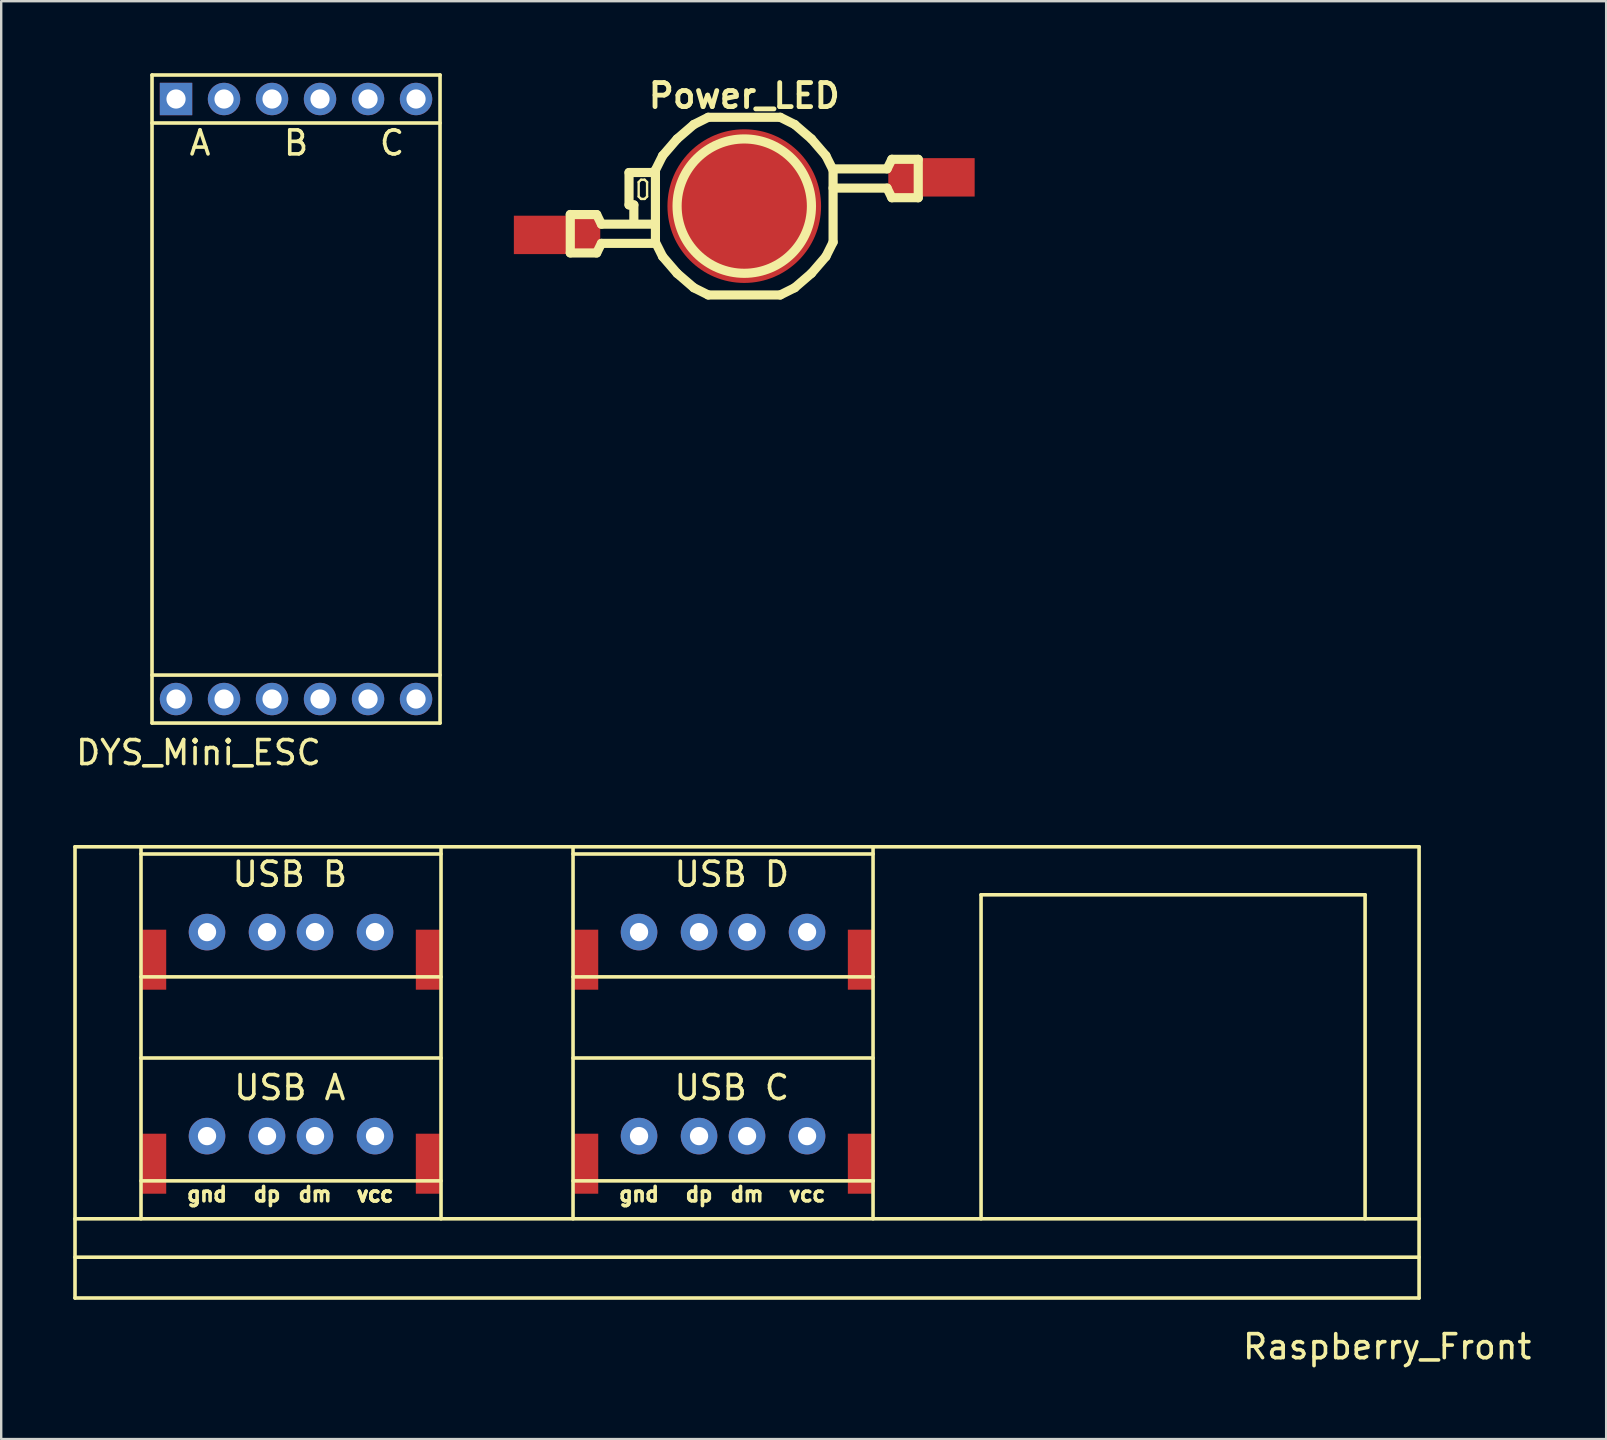
<source format=kicad_pcb>
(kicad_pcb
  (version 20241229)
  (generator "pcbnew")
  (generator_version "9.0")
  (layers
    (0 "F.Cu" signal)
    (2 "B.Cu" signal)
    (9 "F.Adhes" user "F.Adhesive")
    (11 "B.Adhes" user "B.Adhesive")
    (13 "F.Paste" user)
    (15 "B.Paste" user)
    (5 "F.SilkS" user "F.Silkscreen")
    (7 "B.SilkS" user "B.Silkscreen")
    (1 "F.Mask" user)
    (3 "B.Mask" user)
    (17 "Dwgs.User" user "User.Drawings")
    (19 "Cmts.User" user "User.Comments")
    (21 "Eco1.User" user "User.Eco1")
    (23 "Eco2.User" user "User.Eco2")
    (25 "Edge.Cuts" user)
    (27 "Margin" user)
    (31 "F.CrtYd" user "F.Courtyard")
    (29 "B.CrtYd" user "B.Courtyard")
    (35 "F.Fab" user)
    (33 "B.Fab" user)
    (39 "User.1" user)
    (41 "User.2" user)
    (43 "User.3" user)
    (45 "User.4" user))
  (footprint "DYS_Mini_ESC"
    (layer "F.Cu")
    (at 9.284 13.575)
    (property "Reference" "DYS_Mini_ESC" (at -4.064 14.732 0) (layer "F.SilkS") (effects (font (size 1 1) (thickness 0.15))))
    (attr through_hole)
    (fp_line (start -6 -13.5) (end -6 13.5) (stroke (width 0.15) (type solid)) (layer "F.SilkS"))
    (fp_line (start -6 -13.5) (end 6 -13.5) (stroke (width 0.15) (type solid)) (layer "F.SilkS"))
    (fp_line (start -6 -11.5) (end 6 -11.5) (stroke (width 0.15) (type solid)) (layer "F.SilkS"))
    (fp_line (start -6 11.5) (end 6 11.5) (stroke (width 0.15) (type solid)) (layer "F.SilkS"))
    (fp_line (start 6 -13.5) (end 6 13.5) (stroke (width 0.15) (type solid)) (layer "F.SilkS"))
    (fp_line (start 6 13.5) (end -6 13.5) (stroke (width 0.15) (type solid)) (layer "F.SilkS"))
    (fp_text user "A" (at -4 -10.668 0) (layer "F.SilkS") (effects (font (size 1 1) (thickness 0.15))))
    (fp_text user "B" (at 0 -10.668 0) (layer "F.SilkS") (effects (font (size 1 1) (thickness 0.15))))
    (fp_text user "C" (at 4 -10.668 0) (layer "F.SilkS") (effects (font (size 1 1) (thickness 0.15))))
    (pad "1" thru_hole circle (at -5 12.5 90) (size 1.35 1.35) (drill 0.8) (layers "*.Cu" "*.Mask"))
    (pad "1" thru_hole circle (at -3 12.5 90) (size 1.35 1.35) (drill 0.8) (layers "*.Cu" "*.Mask"))
    (pad "1" thru_hole circle (at -1 12.5 90) (size 1.35 1.35) (drill 0.8) (layers "*.Cu" "*.Mask"))
    (pad "2" thru_hole circle (at 1 12.5 90) (size 1.35 1.35) (drill 0.8) (layers "*.Cu" "*.Mask"))
    (pad "3" thru_hole circle (at 3 12.5 90) (size 1.35 1.35) (drill 0.8) (layers "*.Cu" "*.Mask"))
    (pad "3" thru_hole circle (at 5 12.5 90) (size 1.35 1.35) (drill 0.8) (layers "*.Cu" "*.Mask"))
    (pad "4" thru_hole rect (at -5 -12.5 90) (size 1.35 1.35) (drill 0.8) (layers "*.Cu" "*.Mask"))
    (pad "4" thru_hole circle (at -3 -12.5 90) (size 1.35 1.35) (drill 0.8) (layers "*.Cu" "*.Mask"))
    (pad "5" thru_hole circle (at -1 -12.5 90) (size 1.35 1.35) (drill 0.8) (layers "*.Cu" "*.Mask"))
    (pad "5" thru_hole circle (at 1 -12.5 90) (size 1.35 1.35) (drill 0.8) (layers "*.Cu" "*.Mask"))
    (pad "6" thru_hole circle (at 3 -12.5 90) (size 1.35 1.35) (drill 0.8) (layers "*.Cu" "*.Mask"))
    (pad "6" thru_hole circle (at 5 -12.5 90) (size 1.35 1.35) (drill 0.8) (layers "*.Cu" "*.Mask")))
  (footprint "Raspberry_Front"
    (layer "F.Cu")
    (at 28.075 41.63)
    (property "Reference" "Raspberry_Front" (at 26.67 11.43 0) (layer "F.SilkS") (effects (font (size 1 1) (thickness 0.15))))
    (attr through_hole)
    (fp_line (start -28 -9.4) (end -28 9.4) (stroke (width 0.15) (type solid)) (layer "F.SilkS"))
    (fp_line (start -28 -9.4) (end 28 -9.4) (stroke (width 0.15) (type solid)) (layer "F.SilkS"))
    (fp_line (start -28 6.1) (end 28 6.1) (stroke (width 0.15) (type solid)) (layer "F.SilkS"))
    (fp_line (start -28 7.7) (end 28 7.7) (stroke (width 0.15) (type solid)) (layer "F.SilkS"))
    (fp_line (start -28 9.4) (end 28 9.4) (stroke (width 0.15) (type solid)) (layer "F.SilkS"))
    (fp_line (start -25.25 -9.4) (end -25.25 6.1) (stroke (width 0.15) (type solid)) (layer "F.SilkS"))
    (fp_line (start -25.25 -9.1) (end -12.75 -9.1) (stroke (width 0.15) (type solid)) (layer "F.SilkS"))
    (fp_line (start -25.25 -3.98) (end -12.75 -3.98) (stroke (width 0.15) (type solid)) (layer "F.SilkS"))
    (fp_line (start -25.25 -0.6) (end -12.75 -0.6) (stroke (width 0.15) (type solid)) (layer "F.SilkS"))
    (fp_line (start -25.25 4.52) (end -12.75 4.52) (stroke (width 0.15) (type solid)) (layer "F.SilkS"))
    (fp_line (start -12.75 6.1) (end -12.75 -9.4) (stroke (width 0.15) (type solid)) (layer "F.SilkS"))
    (fp_line (start -7.25 -9.1) (end 5.25 -9.1) (stroke (width 0.15) (type solid)) (layer "F.SilkS"))
    (fp_line (start -7.25 -3.98) (end 5.25 -3.98) (stroke (width 0.15) (type solid)) (layer "F.SilkS"))
    (fp_line (start -7.25 -0.6) (end 5.25 -0.6) (stroke (width 0.15) (type solid)) (layer "F.SilkS"))
    (fp_line (start -7.25 4.52) (end 5.25 4.52) (stroke (width 0.15) (type solid)) (layer "F.SilkS"))
    (fp_line (start -7.25 6.1) (end -7.25 -9.4) (stroke (width 0.15) (type solid)) (layer "F.SilkS"))
    (fp_line (start 5.25 -9.4) (end 5.25 6.1) (stroke (width 0.15) (type solid)) (layer "F.SilkS"))
    (fp_line (start 9.75 -7.4) (end 25.75 -7.4) (stroke (width 0.15) (type solid)) (layer "F.SilkS"))
    (fp_line (start 9.75 6.1) (end 9.75 -7.4) (stroke (width 0.15) (type solid)) (layer "F.SilkS"))
    (fp_line (start 25.75 -7.4) (end 25.75 6.1) (stroke (width 0.15) (type solid)) (layer "F.SilkS"))
    (fp_line (start 28 -9.4) (end 28 9.4) (stroke (width 0.15) (type solid)) (layer "F.SilkS"))
    (fp_text user "dm" (at -18 5.08 0) (layer "F.SilkS") (effects (font (size 0.6 0.6) (thickness 0.15))))
    (fp_text user "dp" (at -20 5.08 0) (layer "F.SilkS") (effects (font (size 0.6 0.6) (thickness 0.15))))
    (fp_text user "gnd" (at -4.5 5.08 0) (layer "F.SilkS") (effects (font (size 0.6 0.6) (thickness 0.15))))
    (fp_text user "USB C" (at -0.635 0.635 0) (layer "F.SilkS") (effects (font (size 1 1) (thickness 0.15))))
    (fp_text user "USB D" (at -0.635 -8.255 0) (layer "F.SilkS") (effects (font (size 1 1) (thickness 0.15))))
    (fp_text user "USB A" (at -19.05 0.635 0) (layer "F.SilkS") (effects (font (size 1 1) (thickness 0.15))))
    (fp_text user "USB B" (at -19.05 -8.255 0) (layer "F.SilkS") (effects (font (size 1 1) (thickness 0.15))))
    (fp_text user "vcc" (at -15.5 5.08 0) (layer "F.SilkS") (effects (font (size 0.6 0.6) (thickness 0.15))))
    (fp_text user "gnd" (at -22.5 5.08 0) (layer "F.SilkS") (effects (font (size 0.6 0.6) (thickness 0.15))))
    (fp_text user "vcc" (at 2.5 5.08 0) (layer "F.SilkS") (effects (font (size 0.6 0.6) (thickness 0.15))))
    (fp_text user "dm" (at 0 5.08 0) (layer "F.SilkS") (effects (font (size 0.6 0.6) (thickness 0.15))))
    (fp_text user "vcc" (at -15.5 5.08 0) (layer "F.SilkS") (effects (font (size 0.6 0.6) (thickness 0.15))))
    (fp_text user "dp" (at -2 5.08 0) (layer "F.SilkS") (effects (font (size 0.6 0.6) (thickness 0.15))))
    (pad "1" thru_hole circle (at -22.5 2.655) (size 1.524 1.524) (drill 0.762) (layers "*.Cu" "*.Mask"))
    (pad "2" thru_hole circle (at -20 2.655) (size 1.524 1.524) (drill 0.762) (layers "*.Cu" "*.Mask"))
    (pad "3" thru_hole circle (at -18 2.655) (size 1.524 1.524) (drill 0.762) (layers "*.Cu" "*.Mask"))
    (pad "4" thru_hole circle (at -15.5 2.655) (size 1.524 1.524) (drill 0.762) (layers "*.Cu" "*.Mask"))
    (pad "5" smd rect (at -24.7 3.805) (size 1 2.5) (layers "F.Cu" "F.Mask" "F.Paste"))
    (pad "5" smd rect (at -13.3 3.805) (size 1 2.5) (layers "F.Cu" "F.Mask" "F.Paste"))
    (pad "6" thru_hole circle (at -22.5 -5.845) (size 1.524 1.524) (drill 0.762) (layers "*.Cu" "*.Mask"))
    (pad "7" thru_hole circle (at -20 -5.845) (size 1.524 1.524) (drill 0.762) (layers "*.Cu" "*.Mask"))
    (pad "8" thru_hole circle (at -18 -5.845) (size 1.524 1.524) (drill 0.762) (layers "*.Cu" "*.Mask"))
    (pad "9" thru_hole circle (at -15.5 -5.845) (size 1.524 1.524) (drill 0.762) (layers "*.Cu" "*.Mask"))
    (pad "10" smd rect (at -24.7 -4.695) (size 1 2.5) (layers "F.Cu" "F.Mask" "F.Paste"))
    (pad "10" smd rect (at -13.3 -4.695) (size 1 2.5) (layers "F.Cu" "F.Mask" "F.Paste"))
    (pad "11" thru_hole circle (at -4.5 2.655) (size 1.524 1.524) (drill 0.762) (layers "*.Cu" "*.Mask"))
    (pad "12" thru_hole circle (at -2 2.655) (size 1.524 1.524) (drill 0.762) (layers "*.Cu" "*.Mask"))
    (pad "13" thru_hole circle (at 0 2.655) (size 1.524 1.524) (drill 0.762) (layers "*.Cu" "*.Mask"))
    (pad "14" thru_hole circle (at 2.5 2.655) (size 1.524 1.524) (drill 0.762) (layers "*.Cu" "*.Mask"))
    (pad "15" smd rect (at -6.7 3.805) (size 1 2.5) (layers "F.Cu" "F.Mask" "F.Paste"))
    (pad "15" smd rect (at 4.7 3.805) (size 1 2.5) (layers "F.Cu" "F.Mask" "F.Paste"))
    (pad "16" thru_hole circle (at -4.5 -5.845) (size 1.524 1.524) (drill 0.762) (layers "*.Cu" "*.Mask"))
    (pad "17" thru_hole circle (at -2 -5.845) (size 1.524 1.524) (drill 0.762) (layers "*.Cu" "*.Mask"))
    (pad "18" thru_hole circle (at 0 -5.845) (size 1.524 1.524) (drill 0.762) (layers "*.Cu" "*.Mask"))
    (pad "19" thru_hole circle (at 2.5 -5.845) (size 1.524 1.524) (drill 0.762) (layers "*.Cu" "*.Mask"))
    (pad "20" smd rect (at -6.7 -4.695) (size 1 2.5) (layers "F.Cu" "F.Mask" "F.Paste"))
    (pad "20" smd rect (at 4.7 -4.695) (size 1 2.5) (layers "F.Cu" "F.Mask" "F.Paste")))
  (footprint "Power_LED"
    (layer "F.Cu")
    (at 27.959 5.538)
    (property "Reference" "Power_LED" (at 0 -4.6 0) (layer "F.SilkS") (effects (font (size 1.001 1.001) (thickness 0.201))))
    (attr through_hole)
    (fp_line (start -7.249 0.351) (end -6.149 0.351) (stroke (width 0.381) (type solid)) (layer "F.SilkS"))
    (fp_line (start -7.249 1.948) (end -7.249 0.348) (stroke (width 0.381) (type solid)) (layer "F.SilkS"))
    (fp_line (start -7.249 1.951) (end -6.149 1.951) (stroke (width 0.381) (type solid)) (layer "F.SilkS"))
    (fp_line (start -5.951 0.752) (end -6.149 0.351) (stroke (width 0.381) (type solid)) (layer "F.SilkS"))
    (fp_line (start -5.951 0.752) (end -3.701 0.752) (stroke (width 0.381) (type solid)) (layer "F.SilkS"))
    (fp_line (start -5.951 1.552) (end -6.149 1.951) (stroke (width 0.381) (type solid)) (layer "F.SilkS"))
    (fp_line (start -5.951 1.552) (end -3.701 1.552) (stroke (width 0.381) (type solid)) (layer "F.SilkS"))
    (fp_line (start -4.801 -1.4) (end -4.801 -0.051) (stroke (width 0.381) (type solid)) (layer "F.SilkS"))
    (fp_line (start -4.801 -0.051) (end -4.6 -0.051) (stroke (width 0.381) (type solid)) (layer "F.SilkS"))
    (fp_line (start -4.6 -0.051) (end -4.6 0.701) (stroke (width 0.381) (type solid)) (layer "F.SilkS"))
    (fp_line (start -4.399 -1.001) (end -4.399 -0.399) (stroke (width 0.099) (type solid)) (layer "F.SilkS"))
    (fp_line (start -4.399 -0.399) (end -4.3 -0.3) (stroke (width 0.099) (type solid)) (layer "F.SilkS"))
    (fp_line (start -4.3 -1.1) (end -4.399 -1.001) (stroke (width 0.099) (type solid)) (layer "F.SilkS"))
    (fp_line (start -4.3 -0.3) (end -4.15 -0.3) (stroke (width 0.099) (type solid)) (layer "F.SilkS"))
    (fp_line (start -4.15 -1.1) (end -4.3 -1.1) (stroke (width 0.099) (type solid)) (layer "F.SilkS"))
    (fp_line (start -4.15 -0.3) (end -4.049 -0.399) (stroke (width 0.099) (type solid)) (layer "F.SilkS"))
    (fp_line (start -4.049 -1.001) (end -4.15 -1.1) (stroke (width 0.099) (type solid)) (layer "F.SilkS"))
    (fp_line (start -4.049 -0.399) (end -4.049 -1.001) (stroke (width 0.099) (type solid)) (layer "F.SilkS"))
    (fp_line (start -3.701 -1.501) (end -3.401 -2.101) (stroke (width 0.381) (type solid)) (layer "F.SilkS"))
    (fp_line (start -3.701 -1.4) (end -4.801 -1.4) (stroke (width 0.381) (type solid)) (layer "F.SilkS"))
    (fp_line (start -3.701 1.501) (end -3.701 -1.501) (stroke (width 0.381) (type solid)) (layer "F.SilkS"))
    (fp_line (start -3.701 1.501) (end -3.401 2.101) (stroke (width 0.381) (type solid)) (layer "F.SilkS"))
    (fp_line (start -3.401 -2.101) (end -2.799 -2.799) (stroke (width 0.381) (type solid)) (layer "F.SilkS"))
    (fp_line (start -2.799 -2.799) (end -2.101 -3.401) (stroke (width 0.381) (type solid)) (layer "F.SilkS"))
    (fp_line (start -2.799 2.799) (end -3.401 2.101) (stroke (width 0.381) (type solid)) (layer "F.SilkS"))
    (fp_line (start -2.101 -3.401) (end -1.501 -3.701) (stroke (width 0.381) (type solid)) (layer "F.SilkS"))
    (fp_line (start -2.101 3.401) (end -2.799 2.799) (stroke (width 0.381) (type solid)) (layer "F.SilkS"))
    (fp_line (start -1.501 -3.701) (end 1.501 -3.701) (stroke (width 0.381) (type solid)) (layer "F.SilkS"))
    (fp_line (start -1.501 3.701) (end -2.101 3.401) (stroke (width 0.381) (type solid)) (layer "F.SilkS"))
    (fp_line (start 1.501 -3.701) (end 2.101 -3.401) (stroke (width 0.381) (type solid)) (layer "F.SilkS"))
    (fp_line (start 1.501 3.701) (end -1.501 3.701) (stroke (width 0.381) (type solid)) (layer "F.SilkS"))
    (fp_line (start 1.501 3.701) (end 2.101 3.401) (stroke (width 0.381) (type solid)) (layer "F.SilkS"))
    (fp_line (start 2.101 -3.401) (end 2.799 -2.799) (stroke (width 0.381) (type solid)) (layer "F.SilkS"))
    (fp_line (start 2.799 -2.799) (end 3.401 -2.101) (stroke (width 0.381) (type solid)) (layer "F.SilkS"))
    (fp_line (start 2.799 2.799) (end 2.101 3.401) (stroke (width 0.381) (type solid)) (layer "F.SilkS"))
    (fp_line (start 3.401 2.101) (end 2.799 2.799) (stroke (width 0.381) (type solid)) (layer "F.SilkS"))
    (fp_line (start 3.701 -1.552) (end 5.951 -1.552) (stroke (width 0.381) (type solid)) (layer "F.SilkS"))
    (fp_line (start 3.701 -1.501) (end 3.401 -2.101) (stroke (width 0.381) (type solid)) (layer "F.SilkS"))
    (fp_line (start 3.701 -1.501) (end 3.701 1.501) (stroke (width 0.381) (type solid)) (layer "F.SilkS"))
    (fp_line (start 3.701 1.501) (end 3.401 2.101) (stroke (width 0.381) (type solid)) (layer "F.SilkS"))
    (fp_line (start 5.951 -0.752) (end 3.701 -0.752) (stroke (width 0.381) (type solid)) (layer "F.SilkS"))
    (fp_line (start 5.951 -0.749) (end 6.149 -0.348) (stroke (width 0.381) (type solid)) (layer "F.SilkS"))
    (fp_line (start 6.149 -1.951) (end 5.951 -1.552) (stroke (width 0.381) (type solid)) (layer "F.SilkS"))
    (fp_line (start 6.149 -0.351) (end 7.249 -0.351) (stroke (width 0.381) (type solid)) (layer "F.SilkS"))
    (fp_line (start 7.249 -1.951) (end 6.149 -1.951) (stroke (width 0.381) (type solid)) (layer "F.SilkS"))
    (fp_line (start 7.249 -0.348) (end 7.249 -1.948) (stroke (width 0.381) (type solid)) (layer "F.SilkS"))
    (fp_circle (center 0 0) (end -2.799 0) (stroke (width 0.381) (type solid)) (fill no) (layer "F.SilkS"))
    (pad "1" smd rect (at -7.8 1.199) (size 3.599 1.6) (layers "F.Cu" "F.Mask" "F.Paste"))
    (pad "2" smd rect (at 7.8 -1.199) (size 3.599 1.6) (layers "F.Cu" "F.Mask" "F.Paste"))
    (pad "3" smd circle (at 0 0) (size 6.401 6.401) (layers "F.Cu" "F.Mask" "F.Paste")))
  (gr_rect
    (start -3 -3)
    (end 63.87 56.908)
    (stroke (width 0.1) (type default))
    (fill no)
    (layer "Edge.Cuts")))
</source>
